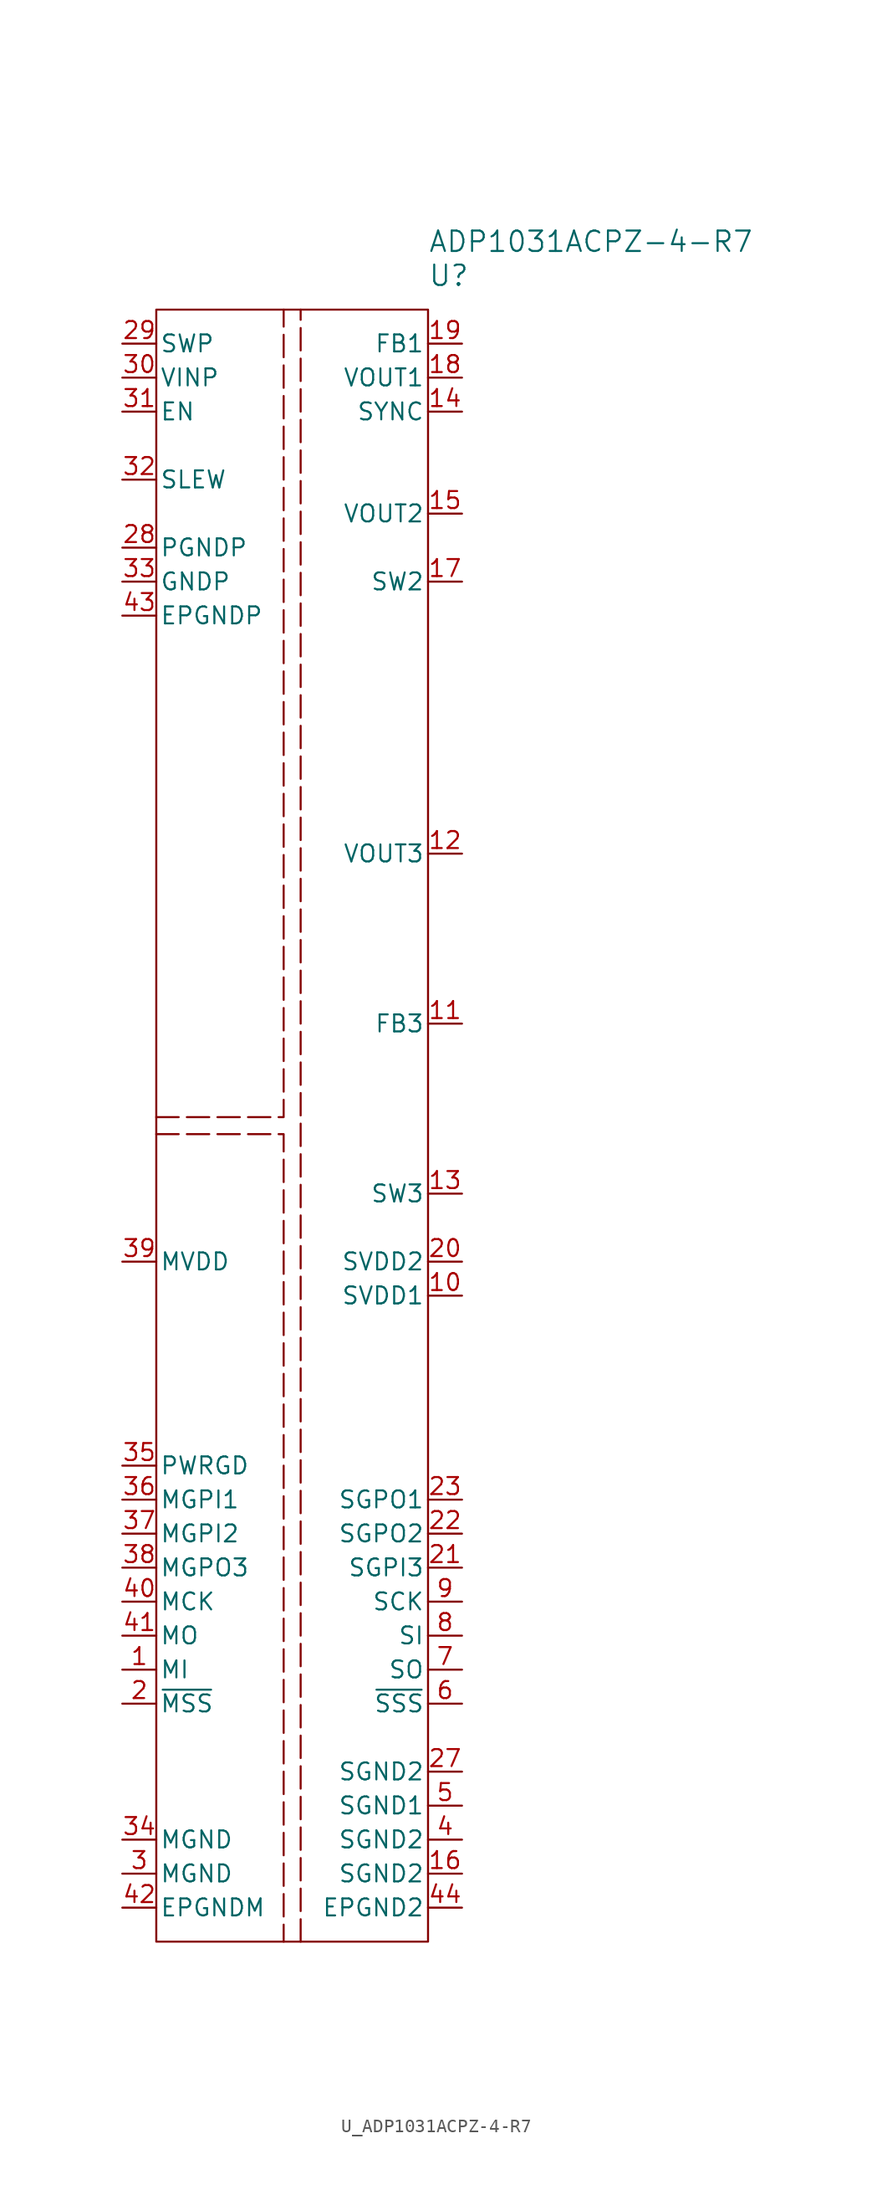
<source format=kicad_sym>
(kicad_symbol_lib
  (version 20241209)
  (generator "kicad_symbol_editor")
  (generator_version "9.0")
  (symbol "U_ADP1031ACPZ-4-R7"
    (pin_names
      (offset 0.254))
    (property "Reference" "U"
      (at 10.16 63.5 0)
      (effects (font (size 1.524 1.524)) (justify left)))
    (property "Value" "ADP1031ACPZ-4-R7"
      (at 10.16 66.04 0)
      (effects (font (size 1.524 1.524)) (justify left)))
    (symbol "U_ADP1031ACPZ-4-R7_0_1"
      (pin power_in line (at -12.7 55.88 0) (length 2.54) (name "VINP" (effects (font (size 1.27 1.27)))) (number "30" (effects (font (size 1.27 1.27)))))
      (pin input line (at -12.7 53.34 0) (length 2.54) (name "EN" (effects (font (size 1.27 1.27)))) (number "31" (effects (font (size 1.27 1.27)))))
      (pin input line (at -12.7 48.26 0) (length 2.54) (name "SLEW" (effects (font (size 1.27 1.27)))) (number "32" (effects (font (size 1.27 1.27)))))
      (pin power_out line (at -12.7 43.18 0) (length 2.54) (name "PGNDP" (effects (font (size 1.27 1.27)))) (number "28" (effects (font (size 1.27 1.27)))))
      (pin power_out line (at -12.7 40.64 0) (length 2.54) (name "GNDP" (effects (font (size 1.27 1.27)))) (number "33" (effects (font (size 1.27 1.27)))))
      (pin power_out line (at -12.7 38.1 0) (length 2.54) (name "EPGNDP" (effects (font (size 1.27 1.27)))) (number "43" (effects (font (size 1.27 1.27)))))
      (pin power_in line (at -12.7 -10.16 0) (length 2.54) (name "MVDD" (effects (font (size 1.27 1.27)))) (number "39" (effects (font (size 1.27 1.27)))))
      (pin power_out line (at -12.7 -25.4 0) (length 2.54) (name "PWRGD" (effects (font (size 1.27 1.27)))) (number "35" (effects (font (size 1.27 1.27)))))
      (pin input line (at -12.7 -27.94 0) (length 2.54) (name "MGPI1" (effects (font (size 1.27 1.27)))) (number "36" (effects (font (size 1.27 1.27)))))
      (pin input line (at -12.7 -30.48 0) (length 2.54) (name "MGPI2" (effects (font (size 1.27 1.27)))) (number "37" (effects (font (size 1.27 1.27)))))
      (pin output line (at -12.7 -33.02 0) (length 2.54) (name "MGPO3" (effects (font (size 1.27 1.27)))) (number "38" (effects (font (size 1.27 1.27)))))
      (pin input line (at -12.7 -35.56 0) (length 2.54) (name "MCK" (effects (font (size 1.27 1.27)))) (number "40" (effects (font (size 1.27 1.27)))))
      (pin input line (at -12.7 -38.1 0) (length 2.54) (name "MO" (effects (font (size 1.27 1.27)))) (number "41" (effects (font (size 1.27 1.27)))))
      (pin output line (at -12.7 -40.64 0) (length 2.54) (name "MI" (effects (font (size 1.27 1.27)))) (number "1" (effects (font (size 1.27 1.27)))))
      (pin power_out line (at -12.7 -53.34 0) (length 2.54) (name "MGND" (effects (font (size 1.27 1.27)))) (number "34" (effects (font (size 1.27 1.27)))))
      (pin power_out line (at -12.7 -55.88 0) (length 2.54) (name "MGND" (effects (font (size 1.27 1.27)))) (number "3" (effects (font (size 1.27 1.27)))))
      (pin power_out line (at -12.7 -58.42 0) (length 2.54) (name "EPGNDM" (effects (font (size 1.27 1.27)))) (number "42" (effects (font (size 1.27 1.27)))))
      (pin input line (at 12.7 53.34 180) (length 2.54) (name "SYNC" (effects (font (size 1.27 1.27)))) (number "14" (effects (font (size 1.27 1.27)))))
      (pin input line (at 12.7 -33.02 180) (length 2.54) (name "SGPI3" (effects (font (size 1.27 1.27)))) (number "21" (effects (font (size 1.27 1.27)))))
      (pin output line (at 12.7 -35.56 180) (length 2.54) (name "SCK" (effects (font (size 1.27 1.27)))) (number "9" (effects (font (size 1.27 1.27)))))
      (pin output line (at 12.7 -38.1 180) (length 2.54) (name "SI" (effects (font (size 1.27 1.27)))) (number "8" (effects (font (size 1.27 1.27)))))
      (pin input line (at 12.7 -40.64 180) (length 2.54) (name "SO" (effects (font (size 1.27 1.27)))) (number "7" (effects (font (size 1.27 1.27)))))
      (pin power_out line (at 12.7 -48.26 180) (length 2.54) (name "SGND2" (effects (font (size 1.27 1.27)))) (number "27" (effects (font (size 1.27 1.27)))))
      (pin power_out line (at 12.7 -50.8 180) (length 2.54) (name "SGND1" (effects (font (size 1.27 1.27)))) (number "5" (effects (font (size 1.27 1.27)))))
      (pin power_out line (at 12.7 -53.34 180) (length 2.54) (name "SGND2" (effects (font (size 1.27 1.27)))) (number "4" (effects (font (size 1.27 1.27)))))
      (pin power_out line (at 12.7 -55.88 180) (length 2.54) (name "SGND2" (effects (font (size 1.27 1.27)))) (number "16" (effects (font (size 1.27 1.27)))))
      (pin power_out line (at 12.7 -58.42 180) (length 2.54) (name "EPGND2" (effects (font (size 1.27 1.27)))) (number "44" (effects (font (size 1.27 1.27))))))
    (symbol "U_ADP1031ACPZ-4-R7_1_1"
      (rectangle (start -10.16 60.96) (end 10.16 -60.96) (stroke (width 0) (type default)) (fill (type none)))
      (polyline (pts (xy -10.16 0.635) (xy -0.635 0.635) (xy -0.635 60.96)) (stroke (width 0) (type dash)) (fill (type none)))
      (polyline (pts (xy -10.16 -0.635) (xy -0.635 -0.635) (xy -0.635 -60.96)) (stroke (width 0) (type dash)) (fill (type none)))
      (polyline (pts (xy 0.635 -60.96) (xy 0.635 60.96)) (stroke (width 0) (type dash)) (fill (type none)))
      (pin power_in line (at -12.7 58.42 0) (length 2.54) (name "SWP" (effects (font (size 1.27 1.27)))) (number "29" (effects (font (size 1.27 1.27)))))
      (pin input line (at -12.7 -43.18 0) (length 2.54) (name "~{MSS}" (effects (font (size 1.27 1.27)))) (number "2" (effects (font (size 1.27 1.27)))))
      (pin input line (at 12.7 58.42 180) (length 2.54) (name "FB1" (effects (font (size 1.27 1.27)))) (number "19" (effects (font (size 1.27 1.27)))))
      (pin power_out line (at 12.7 55.88 180) (length 2.54) (name "VOUT1" (effects (font (size 1.27 1.27)))) (number "18" (effects (font (size 1.27 1.27)))))
      (pin power_out line (at 12.7 45.72 180) (length 2.54) (name "VOUT2" (effects (font (size 1.27 1.27)))) (number "15" (effects (font (size 1.27 1.27)))))
      (pin power_in line (at 12.7 40.64 180) (length 2.54) (name "SW2" (effects (font (size 1.27 1.27)))) (number "17" (effects (font (size 1.27 1.27)))))
      (pin power_out line (at 12.7 20.32 180) (length 2.54) (name "VOUT3" (effects (font (size 1.27 1.27)))) (number "12" (effects (font (size 1.27 1.27)))))
      (pin input line (at 12.7 7.62 180) (length 2.54) (name "FB3" (effects (font (size 1.27 1.27)))) (number "11" (effects (font (size 1.27 1.27)))))
      (pin power_in line (at 12.7 -5.08 180) (length 2.54) (name "SW3" (effects (font (size 1.27 1.27)))) (number "13" (effects (font (size 1.27 1.27)))))
      (pin power_out line (at 12.7 -10.16 180) (length 2.54) (name "SVDD2" (effects (font (size 1.27 1.27)))) (number "20" (effects (font (size 1.27 1.27)))))
      (pin power_out line (at 12.7 -12.7 180) (length 2.54) (name "SVDD1" (effects (font (size 1.27 1.27)))) (number "10" (effects (font (size 1.27 1.27)))))
      (pin no_connect line (at 12.7 -17.78 180) (length 2.54) (hide yes) (name "DNC" (effects (font (size 1.27 1.27)))) (number "26" (effects (font (size 1.27 1.27)))))
      (pin no_connect line (at 12.7 -20.32 180) (length 2.54) (hide yes) (name "DNC" (effects (font (size 1.27 1.27)))) (number "25" (effects (font (size 1.27 1.27)))))
      (pin no_connect line (at 12.7 -22.86 180) (length 2.54) (hide yes) (name "DNC" (effects (font (size 1.27 1.27)))) (number "24" (effects (font (size 1.27 1.27)))))
      (pin output line (at 12.7 -27.94 180) (length 2.54) (name "SGPO1" (effects (font (size 1.27 1.27)))) (number "23" (effects (font (size 1.27 1.27)))))
      (pin output line (at 12.7 -30.48 180) (length 2.54) (name "SGPO2" (effects (font (size 1.27 1.27)))) (number "22" (effects (font (size 1.27 1.27)))))
      (pin output line (at 12.7 -43.18 180) (length 2.54) (name "~{SSS}" (effects (font (size 1.27 1.27)))) (number "6" (effects (font (size 1.27 1.27))))))))
</source>
